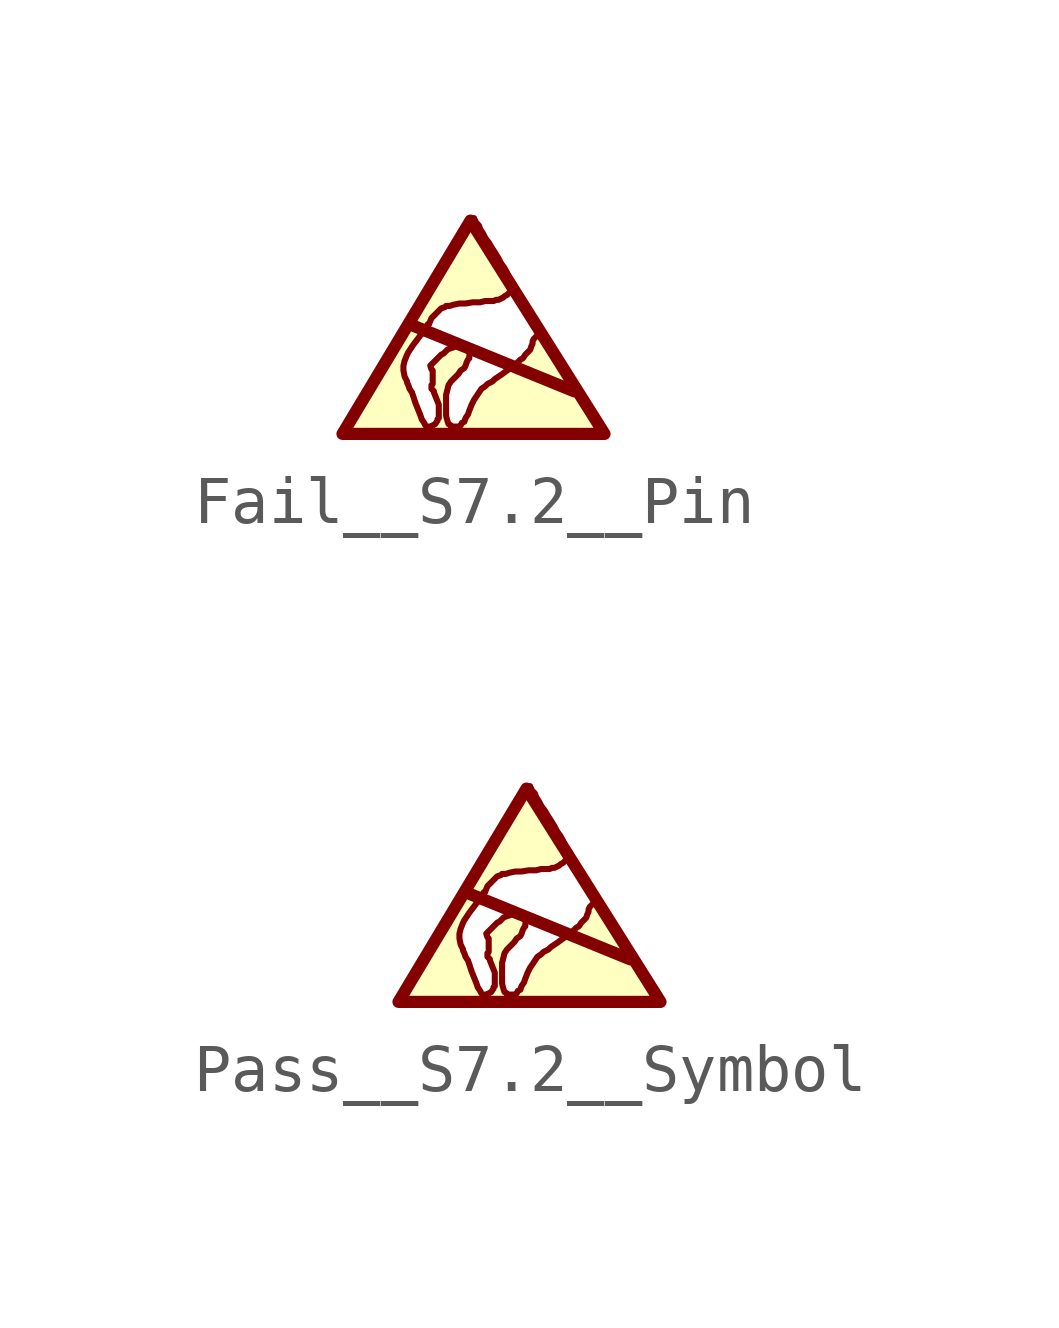
<source format=kicad_sym>
(kicad_symbol_lib
  (version 20201005)
  (generator kicad_symbol_editor)
  (symbol "CI_Test_S7.x:Fail__S7.2__Pin"
    (pin_names
      (offset 1.016))
    (property "Reference" "#SYM"
      (at 0 3.556 0)
      (effects (font (size 1.27 1.27)) hide))
    (symbol "Fail__S7.2__Pin_0_0"
      (polyline (pts (xy -1.27 0.381) (xy 2.159 -1.016)) (stroke (width 0.254)) (fill (type none)))
      (polyline (pts (xy -2.667 -1.905) (xy 2.794 -1.905) (xy 0 2.54) (xy -2.667 -1.905)) (stroke (width 0.254)) (fill (type none)))
      (polyline (pts (xy 2.743 -1.905) (xy 2.718 -1.88) (xy 2.616 -1.676) (xy 2.565 -1.6) (xy 2.489 -1.499) (xy 2.438 -1.372) (xy 1.753 -0.229) (xy 1.702 -0.127) (xy 1.626 -0.051) (xy 1.6 0.051) (xy 1.549 0.102) (xy 1.499 0.203) (xy 1.473 0.229) (xy 1.473 0.203) (xy 1.448 0.203) (xy 1.321 0.076) (xy 1.295 0.025) (xy 1.295 -0.025) (xy 1.27 -0.076) (xy 1.245 -0.152) (xy 1.143 -0.254) (xy 1.092 -0.33) (xy 1.041 -0.356) (xy 0.914 -0.483) (xy 0.762 -0.584) (xy 0.66 -0.66) (xy 0.508 -0.762) (xy 0.457 -0.813) (xy 0.356 -0.864) (xy 0.305 -0.914) (xy 0.229 -0.965) (xy 0.076 -1.194) (xy 0.025 -1.295) (xy -0.025 -1.422) (xy -0.051 -1.499) (xy -0.102 -1.575) (xy -0.127 -1.651) (xy -0.178 -1.676) (xy -0.203 -1.727) (xy -0.254 -1.753) (xy -0.406 -1.753) (xy -0.406 -1.727) (xy -0.457 -1.702) (xy -0.483 -1.626) (xy -0.508 -1.524) (xy -0.508 -1.092) (xy -0.457 -0.889) (xy -0.406 -0.813) (xy -0.254 -0.66) (xy -0.203 -0.584) (xy -0.127 -0.533) (xy -0.102 -0.483) (xy -0.076 -0.406) (xy -0.051 -0.356) (xy -0.025 -0.33) (xy -0.025 -0.279) (xy 0 -0.229) (xy -0.076 -0.152) (xy -0.127 -0.127) (xy -0.152 -0.076) (xy -0.203 -0.051) (xy -0.229 -0.025) (xy -0.254 -0.025) (xy -0.305 -0.076) (xy -0.356 -0.102) (xy -0.432 -0.127) (xy -0.483 -0.152) (xy -0.559 -0.229) (xy -0.61 -0.254) (xy -0.838 -0.483) (xy -0.813 -0.559) (xy -0.787 -0.584) (xy -0.787 -0.864) (xy -0.813 -0.889) (xy -0.813 -0.965) (xy -0.762 -1.016) (xy -0.762 -1.041) (xy -0.66 -1.295) (xy -0.66 -1.575) (xy -0.686 -1.6) (xy -0.686 -1.626) (xy -0.737 -1.702) (xy -0.838 -1.753) (xy -0.914 -1.753) (xy -0.94 -1.727) (xy -0.965 -1.676) (xy -1.016 -1.6) (xy -1.041 -1.524) (xy -1.143 -1.27) (xy -1.219 -1.041) (xy -1.27 -0.965) (xy -1.295 -0.889) (xy -1.321 -0.838) (xy -1.321 -0.813) (xy -1.372 -0.711) (xy -1.397 -0.584) (xy -1.397 -0.483) (xy -1.372 -0.381) (xy -1.321 -0.254) (xy -1.295 -0.203) (xy -1.194 -0.051) (xy -1.041 0.152) (xy -0.991 0.203) (xy -0.965 0.254) (xy -0.914 0.33) (xy -0.889 0.381) (xy -0.864 0.381) (xy -0.813 0.508) (xy -0.61 0.711) (xy -0.533 0.737) (xy -0.508 0.762) (xy -0.432 0.762) (xy -0.356 0.787) (xy -0.229 0.813) (xy -0.102 0.813) (xy 0.051 0.838) (xy 0.203 0.838) (xy 0.305 0.864) (xy 0.483 0.864) (xy 0.533 0.889) (xy 0.584 0.889) (xy 0.686 0.94) (xy 0.711 0.965) (xy 0.762 0.991) (xy 0.813 1.041) (xy 0.864 1.067) (xy 0.889 1.118) (xy 0.914 1.143) (xy 0.914 1.194) (xy 0.889 1.219) (xy 0.864 1.27) (xy 0.813 1.346) (xy 0.711 1.549) (xy 0.635 1.651) (xy 0.584 1.753) (xy 0.508 1.88) (xy 0.457 1.956) (xy 0.381 2.083) (xy 0.305 2.184) (xy 0.254 2.286) (xy 0.203 2.362) (xy 0.178 2.438) (xy 0.102 2.515) (xy 0.102 2.54) (xy 0.076 2.565) (xy 0.076 2.591) (xy 0.025 2.591) (xy 0.025 2.565) (xy -0.025 2.515) (xy -0.102 2.362) (xy -0.254 2.134) (xy -0.305 2.032) (xy -0.457 1.778) (xy -0.559 1.626) (xy -0.762 1.27) (xy -0.889 1.067) (xy -1.016 0.838) (xy -1.168 0.61) (xy -1.321 0.33) (xy -1.397 0.203) (xy -1.524 -0.025) (xy -1.778 -0.432) (xy -1.88 -0.635) (xy -2.007 -0.813) (xy -2.108 -0.991) (xy -2.21 -1.143) (xy -2.286 -1.295) (xy -2.438 -1.549) (xy -2.489 -1.651) (xy -2.565 -1.753) (xy -2.591 -1.829) (xy -2.616 -1.88) (xy -2.642 -1.905) (xy -2.642 -1.93) (xy 2.743 -1.93) (xy 2.743 -1.905)) (stroke (width 0.127)) (fill (type background))))
    (symbol "Fail__S7.2__Pin_1_1"
      (pin power_in line (at 0 0 90) (length 0) hide (name "A" (effects (font (size 1.27 1.27)))) (number "1" (effects (font (size 1.27 1.27)))))))
  (symbol "CI_Test_S7.x:Pass__S7.2__Symbol"
    (pin_names
      (offset 1.016))
    (property "Reference" "#SYM"
      (at 0 3.556 0)
      (effects (font (size 1.27 1.27)) hide))
    (symbol "Pass__S7.2__Symbol_0_0"
      (polyline (pts (xy -1.27 0.381) (xy 2.159 -1.016)) (stroke (width 0.254)) (fill (type none)))
      (polyline (pts (xy -2.667 -1.905) (xy 2.794 -1.905) (xy 0 2.54) (xy -2.667 -1.905)) (stroke (width 0.254)) (fill (type none)))
      (polyline (pts (xy 2.743 -1.905) (xy 2.718 -1.88) (xy 2.616 -1.676) (xy 2.565 -1.6) (xy 2.489 -1.499) (xy 2.438 -1.372) (xy 1.753 -0.229) (xy 1.702 -0.127) (xy 1.626 -0.051) (xy 1.6 0.051) (xy 1.549 0.102) (xy 1.499 0.203) (xy 1.473 0.229) (xy 1.473 0.203) (xy 1.448 0.203) (xy 1.321 0.076) (xy 1.295 0.025) (xy 1.295 -0.025) (xy 1.27 -0.076) (xy 1.245 -0.152) (xy 1.143 -0.254) (xy 1.092 -0.33) (xy 1.041 -0.356) (xy 0.914 -0.483) (xy 0.762 -0.584) (xy 0.66 -0.66) (xy 0.508 -0.762) (xy 0.457 -0.813) (xy 0.356 -0.864) (xy 0.305 -0.914) (xy 0.229 -0.965) (xy 0.076 -1.194) (xy 0.025 -1.295) (xy -0.025 -1.422) (xy -0.051 -1.499) (xy -0.102 -1.575) (xy -0.127 -1.651) (xy -0.178 -1.676) (xy -0.203 -1.727) (xy -0.254 -1.753) (xy -0.406 -1.753) (xy -0.406 -1.727) (xy -0.457 -1.702) (xy -0.483 -1.626) (xy -0.508 -1.524) (xy -0.508 -1.092) (xy -0.457 -0.889) (xy -0.406 -0.813) (xy -0.254 -0.66) (xy -0.203 -0.584) (xy -0.127 -0.533) (xy -0.102 -0.483) (xy -0.076 -0.406) (xy -0.051 -0.356) (xy -0.025 -0.33) (xy -0.025 -0.279) (xy 0 -0.229) (xy -0.076 -0.152) (xy -0.127 -0.127) (xy -0.152 -0.076) (xy -0.203 -0.051) (xy -0.229 -0.025) (xy -0.254 -0.025) (xy -0.305 -0.076) (xy -0.356 -0.102) (xy -0.432 -0.127) (xy -0.483 -0.152) (xy -0.559 -0.229) (xy -0.61 -0.254) (xy -0.838 -0.483) (xy -0.813 -0.559) (xy -0.787 -0.584) (xy -0.787 -0.864) (xy -0.813 -0.889) (xy -0.813 -0.965) (xy -0.762 -1.016) (xy -0.762 -1.041) (xy -0.66 -1.295) (xy -0.66 -1.575) (xy -0.686 -1.6) (xy -0.686 -1.626) (xy -0.737 -1.702) (xy -0.838 -1.753) (xy -0.914 -1.753) (xy -0.94 -1.727) (xy -0.965 -1.676) (xy -1.016 -1.6) (xy -1.041 -1.524) (xy -1.143 -1.27) (xy -1.219 -1.041) (xy -1.27 -0.965) (xy -1.295 -0.889) (xy -1.321 -0.838) (xy -1.321 -0.813) (xy -1.372 -0.711) (xy -1.397 -0.584) (xy -1.397 -0.483) (xy -1.372 -0.381) (xy -1.321 -0.254) (xy -1.295 -0.203) (xy -1.194 -0.051) (xy -1.041 0.152) (xy -0.991 0.203) (xy -0.965 0.254) (xy -0.914 0.33) (xy -0.889 0.381) (xy -0.864 0.381) (xy -0.813 0.508) (xy -0.61 0.711) (xy -0.533 0.737) (xy -0.508 0.762) (xy -0.432 0.762) (xy -0.356 0.787) (xy -0.229 0.813) (xy -0.102 0.813) (xy 0.051 0.838) (xy 0.203 0.838) (xy 0.305 0.864) (xy 0.483 0.864) (xy 0.533 0.889) (xy 0.584 0.889) (xy 0.686 0.94) (xy 0.711 0.965) (xy 0.762 0.991) (xy 0.813 1.041) (xy 0.864 1.067) (xy 0.889 1.118) (xy 0.914 1.143) (xy 0.914 1.194) (xy 0.889 1.219) (xy 0.864 1.27) (xy 0.813 1.346) (xy 0.711 1.549) (xy 0.635 1.651) (xy 0.584 1.753) (xy 0.508 1.88) (xy 0.457 1.956) (xy 0.381 2.083) (xy 0.305 2.184) (xy 0.254 2.286) (xy 0.203 2.362) (xy 0.178 2.438) (xy 0.102 2.515) (xy 0.102 2.54) (xy 0.076 2.565) (xy 0.076 2.591) (xy 0.025 2.591) (xy 0.025 2.565) (xy -0.025 2.515) (xy -0.102 2.362) (xy -0.254 2.134) (xy -0.305 2.032) (xy -0.457 1.778) (xy -0.559 1.626) (xy -0.762 1.27) (xy -0.889 1.067) (xy -1.016 0.838) (xy -1.168 0.61) (xy -1.321 0.33) (xy -1.397 0.203) (xy -1.524 -0.025) (xy -1.778 -0.432) (xy -1.88 -0.635) (xy -2.007 -0.813) (xy -2.108 -0.991) (xy -2.21 -1.143) (xy -2.286 -1.295) (xy -2.438 -1.549) (xy -2.489 -1.651) (xy -2.565 -1.753) (xy -2.591 -1.829) (xy -2.616 -1.88) (xy -2.642 -1.905) (xy -2.642 -1.93) (xy 2.743 -1.93) (xy 2.743 -1.905)) (stroke (width 0.127)) (fill (type background))))))
</source>
